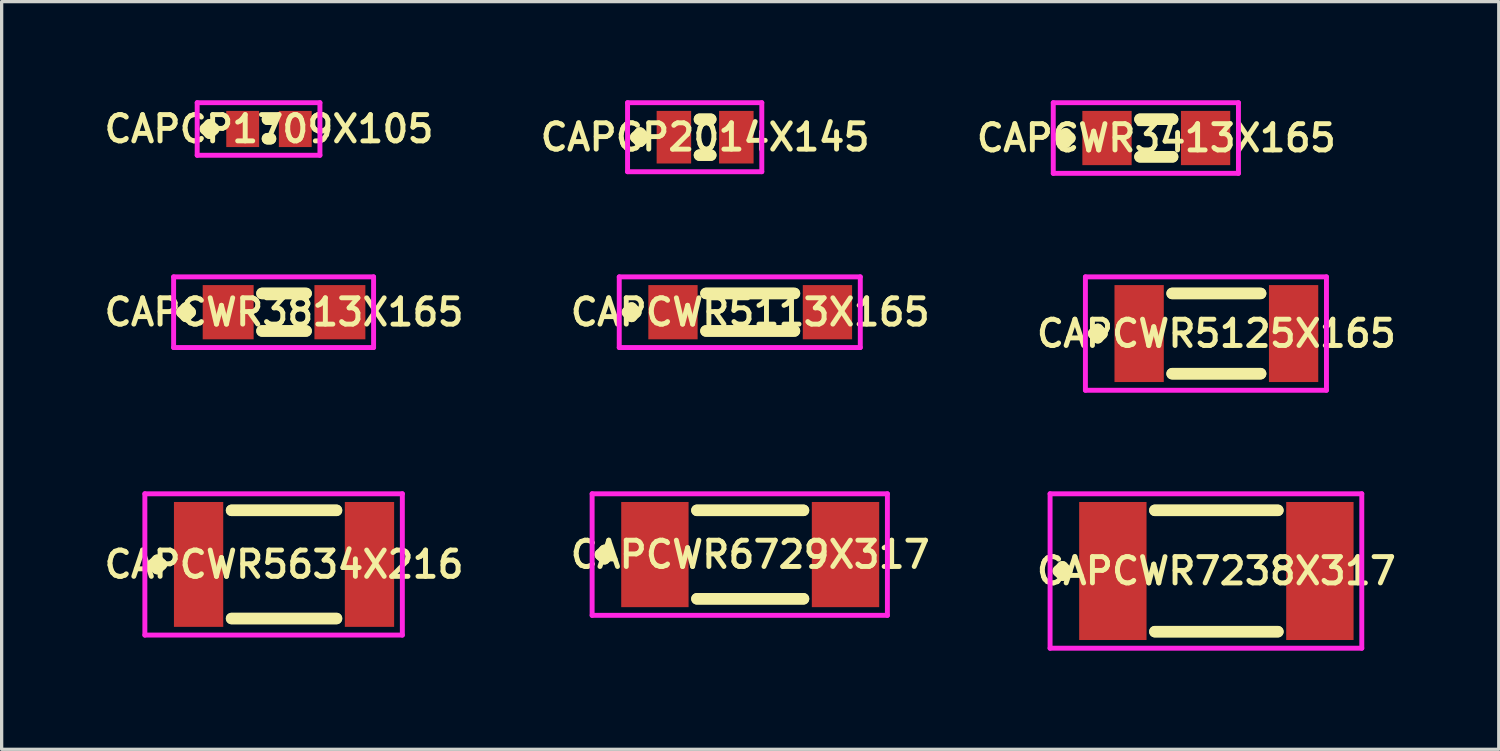
<source format=kicad_pcb>
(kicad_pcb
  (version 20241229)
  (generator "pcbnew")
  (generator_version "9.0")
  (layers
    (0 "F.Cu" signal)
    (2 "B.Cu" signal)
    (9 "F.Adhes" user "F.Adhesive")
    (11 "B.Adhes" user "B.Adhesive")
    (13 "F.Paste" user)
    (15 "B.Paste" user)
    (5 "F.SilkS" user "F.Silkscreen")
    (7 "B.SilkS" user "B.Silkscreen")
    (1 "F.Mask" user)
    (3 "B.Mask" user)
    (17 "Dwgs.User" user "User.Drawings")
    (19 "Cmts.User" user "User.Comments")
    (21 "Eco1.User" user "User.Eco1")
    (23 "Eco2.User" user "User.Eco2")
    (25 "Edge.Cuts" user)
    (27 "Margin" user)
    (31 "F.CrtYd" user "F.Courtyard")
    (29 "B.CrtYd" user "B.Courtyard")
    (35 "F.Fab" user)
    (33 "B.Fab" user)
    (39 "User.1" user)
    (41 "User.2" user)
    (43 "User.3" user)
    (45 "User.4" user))
  (footprint "CAPCP2014X145"
    (layer "F.Cu")
    (at 18.406 1.125)
    (property "Reference" "CAPCP2014X145" (at 0 0 0) (layer "F.SilkS") (effects (font (size 0.8 0.8) (thickness 0.15))))
    (attr smd)
    (fp_line (start -2.11 0) (end -1.983 -0.127) (stroke (width 0.35) (type solid)) (layer "F.SilkS"))
    (fp_line (start -1.983 -0.127) (end -1.856 0) (stroke (width 0.35) (type solid)) (layer "F.SilkS"))
    (fp_line (start -1.983 0.127) (end -2.11 0) (stroke (width 0.35) (type solid)) (layer "F.SilkS"))
    (fp_line (start -1.856 0) (end -1.983 0.127) (stroke (width 0.35) (type solid)) (layer "F.SilkS"))
    (fp_line (start -0.171 -0.546) (end 0.171 -0.546) (stroke (width 0.35) (type solid)) (layer "F.SilkS"))
    (fp_line (start -0.171 0.546) (end 0.171 0.546) (stroke (width 0.35) (type solid)) (layer "F.SilkS"))
    (fp_line (start 0.171 -0.546) (end -0.171 -0.546) (stroke (width 0.35) (type solid)) (layer "F.SilkS"))
    (fp_line (start 0.171 0.546) (end -0.171 0.546) (stroke (width 0.35) (type solid)) (layer "F.SilkS"))
    (fp_line (start -2.36 -1.05) (end 1.725 -1.05) (stroke (width 0.15) (type solid)) (layer "F.CrtYd"))
    (fp_line (start -2.36 1.05) (end -2.36 -1.05) (stroke (width 0.15) (type solid)) (layer "F.CrtYd"))
    (fp_line (start 1.725 -1.05) (end 1.725 1.05) (stroke (width 0.15) (type solid)) (layer "F.CrtYd"))
    (fp_line (start 1.725 1.05) (end -2.36 1.05) (stroke (width 0.15) (type solid)) (layer "F.CrtYd"))
    (pad "1" smd rect (at -0.95 0) (size 1.05 1.6) (layers "F.Cu" "F.Mask" "F.Paste"))
    (pad "2" smd rect (at 0.95 0) (size 1.05 1.6) (layers "F.Cu" "F.Mask" "F.Paste")))
  (footprint "CAPCWR5125X165"
    (layer "F.Cu")
    (at 33.963 7.1)
    (property "Reference" "CAPCWR5125X165" (at 0 0 0) (layer "F.SilkS") (effects (font (size 0.8 0.8) (thickness 0.15))))
    (attr through_hole)
    (fp_line (start -3.735 0) (end -3.608 -0.127) (stroke (width 0.35) (type solid)) (layer "F.SilkS"))
    (fp_line (start -3.608 -0.127) (end -3.481 0) (stroke (width 0.35) (type solid)) (layer "F.SilkS"))
    (fp_line (start -3.608 0.127) (end -3.735 0) (stroke (width 0.35) (type solid)) (layer "F.SilkS"))
    (fp_line (start -3.481 0) (end -3.608 0.127) (stroke (width 0.35) (type solid)) (layer "F.SilkS"))
    (fp_line (start -1.346 -1.221) (end 1.346 -1.221) (stroke (width 0.35) (type solid)) (layer "F.SilkS"))
    (fp_line (start -1.346 1.221) (end 1.346 1.221) (stroke (width 0.35) (type solid)) (layer "F.SilkS"))
    (fp_line (start 1.346 -1.221) (end -1.346 -1.221) (stroke (width 0.35) (type solid)) (layer "F.SilkS"))
    (fp_line (start 1.346 1.221) (end -1.346 1.221) (stroke (width 0.35) (type solid)) (layer "F.SilkS"))
    (fp_line (start -3.985 -1.725) (end 3.35 -1.725) (stroke (width 0.15) (type solid)) (layer "F.CrtYd"))
    (fp_line (start -3.985 1.725) (end -3.985 -1.725) (stroke (width 0.15) (type solid)) (layer "F.CrtYd"))
    (fp_line (start 3.35 -1.725) (end 3.35 1.725) (stroke (width 0.15) (type solid)) (layer "F.CrtYd"))
    (fp_line (start 3.35 1.725) (end -3.985 1.725) (stroke (width 0.15) (type solid)) (layer "F.CrtYd"))
    (pad "1" smd rect (at -2.35 0) (size 1.5 2.95) (layers "F.Cu" "F.Mask" "F.Paste"))
    (pad "2" smd rect (at 2.35 0) (size 1.5 2.95) (layers "F.Cu" "F.Mask" "F.Paste")))
  (footprint "CAPCWR5113X165"
    (layer "F.Cu")
    (at 19.778 6.45)
    (property "Reference" "CAPCWR5113X165" (at 0 0 0) (layer "F.SilkS") (effects (font (size 0.8 0.8) (thickness 0.15))))
    (attr through_hole)
    (fp_line (start -3.735 0) (end -3.608 -0.127) (stroke (width 0.35) (type solid)) (layer "F.SilkS"))
    (fp_line (start -3.608 -0.127) (end -3.481 0) (stroke (width 0.35) (type solid)) (layer "F.SilkS"))
    (fp_line (start -3.608 0.127) (end -3.735 0) (stroke (width 0.35) (type solid)) (layer "F.SilkS"))
    (fp_line (start -3.481 0) (end -3.608 0.127) (stroke (width 0.35) (type solid)) (layer "F.SilkS"))
    (fp_line (start -1.346 -0.571) (end 1.346 -0.571) (stroke (width 0.35) (type solid)) (layer "F.SilkS"))
    (fp_line (start -1.346 0.571) (end 1.346 0.571) (stroke (width 0.35) (type solid)) (layer "F.SilkS"))
    (fp_line (start 1.346 -0.571) (end -1.346 -0.571) (stroke (width 0.35) (type solid)) (layer "F.SilkS"))
    (fp_line (start 1.346 0.571) (end -1.346 0.571) (stroke (width 0.35) (type solid)) (layer "F.SilkS"))
    (fp_line (start -3.985 -1.075) (end 3.35 -1.075) (stroke (width 0.15) (type solid)) (layer "F.CrtYd"))
    (fp_line (start -3.985 1.075) (end -3.985 -1.075) (stroke (width 0.15) (type solid)) (layer "F.CrtYd"))
    (fp_line (start 3.35 -1.075) (end 3.35 1.075) (stroke (width 0.15) (type solid)) (layer "F.CrtYd"))
    (fp_line (start 3.35 1.075) (end -3.985 1.075) (stroke (width 0.15) (type solid)) (layer "F.CrtYd"))
    (pad "1" smd rect (at -2.35 0) (size 1.5 1.65) (layers "F.Cu" "F.Mask" "F.Paste"))
    (pad "2" smd rect (at 2.35 0) (size 1.5 1.65) (layers "F.Cu" "F.Mask" "F.Paste")))
  (footprint "CAPCWR6729X317"
    (layer "F.Cu")
    (at 19.778 13.825)
    (property "Reference" "CAPCWR6729X317" (at 0 0 0) (layer "F.SilkS") (effects (font (size 0.8 0.8) (thickness 0.15))))
    (attr smd)
    (fp_line (start -4.56 0) (end -4.433 -0.127) (stroke (width 0.35) (type solid)) (layer "F.SilkS"))
    (fp_line (start -4.433 -0.127) (end -4.306 0) (stroke (width 0.35) (type solid)) (layer "F.SilkS"))
    (fp_line (start -4.433 0.127) (end -4.56 0) (stroke (width 0.35) (type solid)) (layer "F.SilkS"))
    (fp_line (start -4.306 0) (end -4.433 0.127) (stroke (width 0.35) (type solid)) (layer "F.SilkS"))
    (fp_line (start -1.621 -1.346) (end 1.621 -1.346) (stroke (width 0.35) (type solid)) (layer "F.SilkS"))
    (fp_line (start -1.621 1.346) (end 1.621 1.346) (stroke (width 0.35) (type solid)) (layer "F.SilkS"))
    (fp_line (start 1.621 -1.346) (end -1.621 -1.346) (stroke (width 0.35) (type solid)) (layer "F.SilkS"))
    (fp_line (start 1.621 1.346) (end -1.621 1.346) (stroke (width 0.35) (type solid)) (layer "F.SilkS"))
    (fp_line (start -4.81 -1.85) (end 4.175 -1.85) (stroke (width 0.15) (type solid)) (layer "F.CrtYd"))
    (fp_line (start -4.81 1.85) (end -4.81 -1.85) (stroke (width 0.15) (type solid)) (layer "F.CrtYd"))
    (fp_line (start 4.175 -1.85) (end 4.175 1.85) (stroke (width 0.15) (type solid)) (layer "F.CrtYd"))
    (fp_line (start 4.175 1.85) (end -4.81 1.85) (stroke (width 0.15) (type solid)) (layer "F.CrtYd"))
    (pad "1" smd rect (at -2.9 0) (size 2.05 3.2) (layers "F.Cu" "F.Mask" "F.Paste"))
    (pad "2" smd rect (at 2.9 0) (size 2.05 3.2) (layers "F.Cu" "F.Mask" "F.Paste")))
  (footprint "CAPCWR3813X165"
    (layer "F.Cu")
    (at 5.593 6.45)
    (property "Reference" "CAPCWR3813X165" (at 0 0 0) (layer "F.SilkS") (effects (font (size 0.8 0.8) (thickness 0.15))))
    (attr smd)
    (fp_line (start -3.11 0) (end -2.983 -0.127) (stroke (width 0.35) (type solid)) (layer "F.SilkS"))
    (fp_line (start -2.983 -0.127) (end -2.856 0) (stroke (width 0.35) (type solid)) (layer "F.SilkS"))
    (fp_line (start -2.983 0.127) (end -3.11 0) (stroke (width 0.35) (type solid)) (layer "F.SilkS"))
    (fp_line (start -2.856 0) (end -2.983 0.127) (stroke (width 0.35) (type solid)) (layer "F.SilkS"))
    (fp_line (start -0.671 -0.571) (end 0.671 -0.571) (stroke (width 0.35) (type solid)) (layer "F.SilkS"))
    (fp_line (start -0.671 0.571) (end 0.671 0.571) (stroke (width 0.35) (type solid)) (layer "F.SilkS"))
    (fp_line (start 0.671 -0.571) (end -0.671 -0.571) (stroke (width 0.35) (type solid)) (layer "F.SilkS"))
    (fp_line (start 0.671 0.571) (end -0.671 0.571) (stroke (width 0.35) (type solid)) (layer "F.SilkS"))
    (fp_line (start -3.36 -1.075) (end 2.725 -1.075) (stroke (width 0.15) (type solid)) (layer "F.CrtYd"))
    (fp_line (start -3.36 1.075) (end -3.36 -1.075) (stroke (width 0.15) (type solid)) (layer "F.CrtYd"))
    (fp_line (start 2.725 -1.075) (end 2.725 1.075) (stroke (width 0.15) (type solid)) (layer "F.CrtYd"))
    (fp_line (start 2.725 1.075) (end -3.36 1.075) (stroke (width 0.15) (type solid)) (layer "F.CrtYd"))
    (pad "1" smd rect (at -1.7 0) (size 1.55 1.65) (layers "F.Cu" "F.Mask" "F.Paste"))
    (pad "2" smd rect (at 1.7 0) (size 1.55 1.65) (layers "F.Cu" "F.Mask" "F.Paste")))
  (footprint "CAPCWR5634X216"
    (layer "F.Cu")
    (at 5.593 14.125)
    (property "Reference" "CAPCWR5634X216" (at 0 0 0) (layer "F.SilkS") (effects (font (size 0.8 0.8) (thickness 0.15))))
    (attr smd)
    (fp_line (start -3.985 0) (end -3.858 -0.127) (stroke (width 0.35) (type solid)) (layer "F.SilkS"))
    (fp_line (start -3.858 -0.127) (end -3.731 0) (stroke (width 0.35) (type solid)) (layer "F.SilkS"))
    (fp_line (start -3.858 0.127) (end -3.985 0) (stroke (width 0.35) (type solid)) (layer "F.SilkS"))
    (fp_line (start -3.731 0) (end -3.858 0.127) (stroke (width 0.35) (type solid)) (layer "F.SilkS"))
    (fp_line (start -1.596 -1.646) (end 1.596 -1.646) (stroke (width 0.35) (type solid)) (layer "F.SilkS"))
    (fp_line (start -1.596 1.646) (end 1.596 1.646) (stroke (width 0.35) (type solid)) (layer "F.SilkS"))
    (fp_line (start 1.596 -1.646) (end -1.596 -1.646) (stroke (width 0.35) (type solid)) (layer "F.SilkS"))
    (fp_line (start 1.596 1.646) (end -1.596 1.646) (stroke (width 0.35) (type solid)) (layer "F.SilkS"))
    (fp_line (start -4.235 -2.15) (end 3.6 -2.15) (stroke (width 0.15) (type solid)) (layer "F.CrtYd"))
    (fp_line (start -4.235 2.15) (end -4.235 -2.15) (stroke (width 0.15) (type solid)) (layer "F.CrtYd"))
    (fp_line (start 3.6 -2.15) (end 3.6 2.15) (stroke (width 0.15) (type solid)) (layer "F.CrtYd"))
    (fp_line (start 3.6 2.15) (end -4.235 2.15) (stroke (width 0.15) (type solid)) (layer "F.CrtYd"))
    (pad "1" smd rect (at -2.6 0) (size 1.5 3.8) (layers "F.Cu" "F.Mask" "F.Paste"))
    (pad "2" smd rect (at 2.6 0) (size 1.5 3.8) (layers "F.Cu" "F.Mask" "F.Paste")))
  (footprint "CAPCP1709X105"
    (layer "F.Cu")
    (at 5.135 0.875)
    (property "Reference" "CAPCP1709X105" (at 0 0 0) (layer "F.SilkS") (effects (font (size 0.8 0.8) (thickness 0.15))))
    (attr through_hole)
    (fp_line (start -1.935 0) (end -1.808 -0.127) (stroke (width 0.35) (type solid)) (layer "F.SilkS"))
    (fp_line (start -1.808 -0.127) (end -1.681 0) (stroke (width 0.35) (type solid)) (layer "F.SilkS"))
    (fp_line (start -1.808 0.127) (end -1.935 0) (stroke (width 0.35) (type solid)) (layer "F.SilkS"))
    (fp_line (start -1.681 0) (end -1.808 0.127) (stroke (width 0.35) (type solid)) (layer "F.SilkS"))
    (fp_line (start -0.046 -0.296) (end 0.046 -0.296) (stroke (width 0.35) (type solid)) (layer "F.SilkS"))
    (fp_line (start -0.046 0.296) (end 0.046 0.296) (stroke (width 0.35) (type solid)) (layer "F.SilkS"))
    (fp_line (start 0.046 -0.296) (end -0.046 -0.296) (stroke (width 0.35) (type solid)) (layer "F.SilkS"))
    (fp_line (start 0.046 0.296) (end -0.046 0.296) (stroke (width 0.35) (type solid)) (layer "F.SilkS"))
    (fp_line (start -2.185 -0.8) (end 1.55 -0.8) (stroke (width 0.15) (type solid)) (layer "F.CrtYd"))
    (fp_line (start -2.185 0.8) (end -2.185 -0.8) (stroke (width 0.15) (type solid)) (layer "F.CrtYd"))
    (fp_line (start 1.55 -0.8) (end 1.55 0.8) (stroke (width 0.15) (type solid)) (layer "F.CrtYd"))
    (fp_line (start 1.55 0.8) (end -2.185 0.8) (stroke (width 0.15) (type solid)) (layer "F.CrtYd"))
    (pad "1" smd rect (at -0.8 0) (size 1 1.1) (layers "F.Cu" "F.Mask" "F.Paste"))
    (pad "2" smd rect (at 0.8 0) (size 1 1.1) (layers "F.Cu" "F.Mask" "F.Paste")))
  (footprint "CAPCWR7238X317"
    (layer "F.Cu")
    (at 33.963 14.325)
    (property "Reference" "CAPCWR7238X317" (at 0 0 0) (layer "F.SilkS") (effects (font (size 0.8 0.8) (thickness 0.15))))
    (attr smd)
    (fp_line (start -4.81 0) (end -4.683 -0.127) (stroke (width 0.35) (type solid)) (layer "F.SilkS"))
    (fp_line (start -4.683 -0.127) (end -4.556 0) (stroke (width 0.35) (type solid)) (layer "F.SilkS"))
    (fp_line (start -4.683 0.127) (end -4.81 0) (stroke (width 0.35) (type solid)) (layer "F.SilkS"))
    (fp_line (start -4.556 0) (end -4.683 0.127) (stroke (width 0.35) (type solid)) (layer "F.SilkS"))
    (fp_line (start -1.871 -1.846) (end 1.871 -1.846) (stroke (width 0.35) (type solid)) (layer "F.SilkS"))
    (fp_line (start -1.871 1.846) (end 1.871 1.846) (stroke (width 0.35) (type solid)) (layer "F.SilkS"))
    (fp_line (start 1.871 -1.846) (end -1.871 -1.846) (stroke (width 0.35) (type solid)) (layer "F.SilkS"))
    (fp_line (start 1.871 1.846) (end -1.871 1.846) (stroke (width 0.35) (type solid)) (layer "F.SilkS"))
    (fp_line (start -5.06 -2.35) (end 4.425 -2.35) (stroke (width 0.15) (type solid)) (layer "F.CrtYd"))
    (fp_line (start -5.06 2.35) (end -5.06 -2.35) (stroke (width 0.15) (type solid)) (layer "F.CrtYd"))
    (fp_line (start 4.425 -2.35) (end 4.425 2.35) (stroke (width 0.15) (type solid)) (layer "F.CrtYd"))
    (fp_line (start 4.425 2.35) (end -5.06 2.35) (stroke (width 0.15) (type solid)) (layer "F.CrtYd"))
    (pad "1" smd rect (at -3.15 0) (size 2.05 4.2) (layers "F.Cu" "F.Mask" "F.Paste"))
    (pad "2" smd rect (at 3.15 0) (size 2.05 4.2) (layers "F.Cu" "F.Mask" "F.Paste")))
  (footprint "CAPCWR3413X165"
    (layer "F.Cu")
    (at 32.135 1.15)
    (property "Reference" "CAPCWR3413X165" (at 0 0 0) (layer "F.SilkS") (effects (font (size 0.8 0.8) (thickness 0.15))))
    (attr through_hole)
    (fp_line (start -2.885 0) (end -2.758 -0.127) (stroke (width 0.35) (type solid)) (layer "F.SilkS"))
    (fp_line (start -2.758 -0.127) (end -2.631 0) (stroke (width 0.35) (type solid)) (layer "F.SilkS"))
    (fp_line (start -2.758 0.127) (end -2.885 0) (stroke (width 0.35) (type solid)) (layer "F.SilkS"))
    (fp_line (start -2.631 0) (end -2.758 0.127) (stroke (width 0.35) (type solid)) (layer "F.SilkS"))
    (fp_line (start -0.496 -0.571) (end 0.496 -0.571) (stroke (width 0.35) (type solid)) (layer "F.SilkS"))
    (fp_line (start -0.496 0.571) (end 0.496 0.571) (stroke (width 0.35) (type solid)) (layer "F.SilkS"))
    (fp_line (start 0.496 -0.571) (end -0.496 -0.571) (stroke (width 0.35) (type solid)) (layer "F.SilkS"))
    (fp_line (start 0.496 0.571) (end -0.496 0.571) (stroke (width 0.35) (type solid)) (layer "F.SilkS"))
    (fp_line (start -3.135 -1.075) (end 2.5 -1.075) (stroke (width 0.15) (type solid)) (layer "F.CrtYd"))
    (fp_line (start -3.135 1.075) (end -3.135 -1.075) (stroke (width 0.15) (type solid)) (layer "F.CrtYd"))
    (fp_line (start 2.5 -1.075) (end 2.5 1.075) (stroke (width 0.15) (type solid)) (layer "F.CrtYd"))
    (fp_line (start 2.5 1.075) (end -3.135 1.075) (stroke (width 0.15) (type solid)) (layer "F.CrtYd"))
    (pad "1" smd rect (at -1.5 0) (size 1.5 1.65) (layers "F.Cu" "F.Mask" "F.Paste"))
    (pad "2" smd rect (at 1.5 0) (size 1.5 1.65) (layers "F.Cu" "F.Mask" "F.Paste")))
  (gr_rect
    (start -3 -3)
    (end 42.556 19.75)
    (stroke (width 0.1) (type default))
    (fill no)
    (layer "Edge.Cuts")))
</source>
